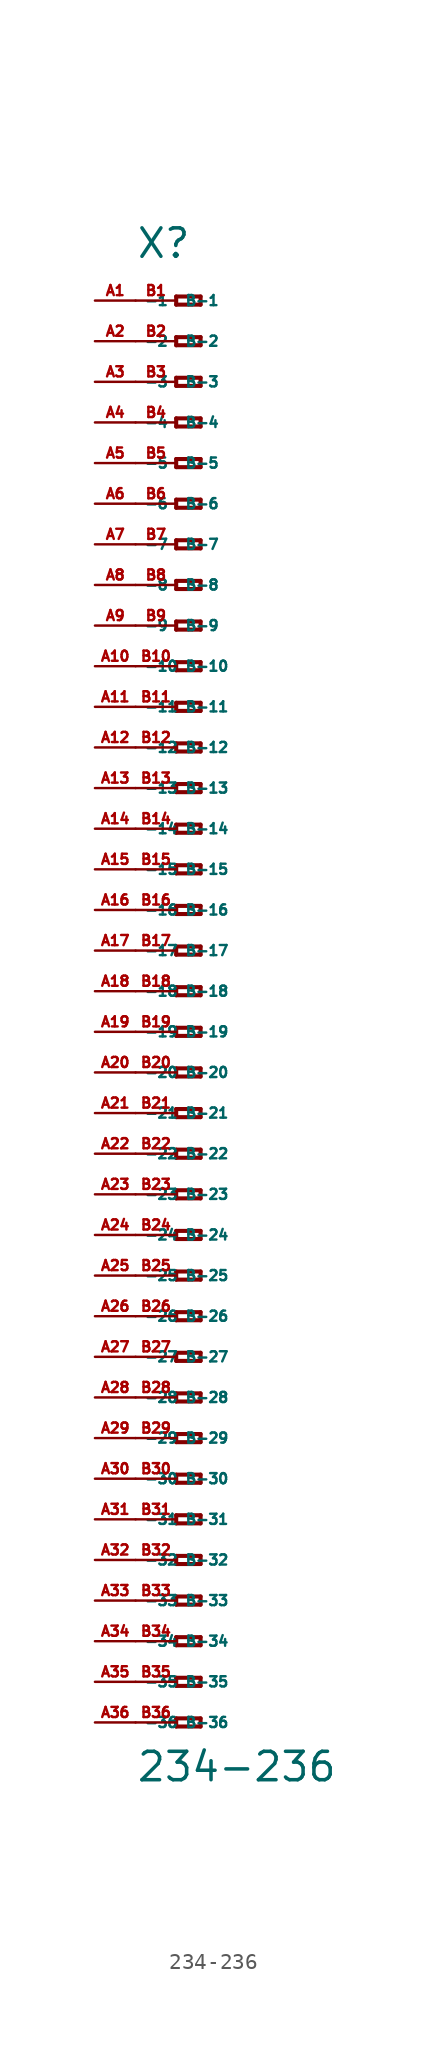
<source format=kicad_sym>
(kicad_symbol_lib
  (version 20220914)
  (generator Eagle2Kicad)
  (symbol "234-236"
    (property "Reference" "X"
      (at -5.08 45.72 0)
      (effects (font (size 1.778 1.778) (thickness 0.22)) (justify left bottom)))
    (property "Value" "234-236"
      (at -5.08 -49.53 0)
      (effects (font (size 1.778 1.778) (thickness 0.22)) (justify left bottom)))
    (polyline
      (pts (xy -2.54 43.434) (xy -2.54 42.926))
      (stroke (width 0.254) (type default))
      (fill (type none)))
    (polyline
      (pts (xy -2.54 42.926) (xy -1.016 42.926))
      (stroke (width 0.254) (type default))
      (fill (type none)))
    (polyline
      (pts (xy -1.016 42.926) (xy -1.016 43.434))
      (stroke (width 0.254) (type default))
      (fill (type none)))
    (polyline
      (pts (xy -1.016 43.434) (xy -2.54 43.434))
      (stroke (width 0.254) (type default))
      (fill (type none)))
    (polyline
      (pts (xy -2.54 40.894) (xy -2.54 40.386))
      (stroke (width 0.254) (type default))
      (fill (type none)))
    (polyline
      (pts (xy -2.54 40.386) (xy -1.016 40.386))
      (stroke (width 0.254) (type default))
      (fill (type none)))
    (polyline
      (pts (xy -1.016 40.386) (xy -1.016 40.894))
      (stroke (width 0.254) (type default))
      (fill (type none)))
    (polyline
      (pts (xy -1.016 40.894) (xy -2.54 40.894))
      (stroke (width 0.254) (type default))
      (fill (type none)))
    (polyline
      (pts (xy -2.54 38.354) (xy -2.54 37.846))
      (stroke (width 0.254) (type default))
      (fill (type none)))
    (polyline
      (pts (xy -2.54 37.846) (xy -1.016 37.846))
      (stroke (width 0.254) (type default))
      (fill (type none)))
    (polyline
      (pts (xy -1.016 37.846) (xy -1.016 38.354))
      (stroke (width 0.254) (type default))
      (fill (type none)))
    (polyline
      (pts (xy -1.016 38.354) (xy -2.54 38.354))
      (stroke (width 0.254) (type default))
      (fill (type none)))
    (polyline
      (pts (xy -2.54 35.814) (xy -2.54 35.306))
      (stroke (width 0.254) (type default))
      (fill (type none)))
    (polyline
      (pts (xy -2.54 35.306) (xy -1.016 35.306))
      (stroke (width 0.254) (type default))
      (fill (type none)))
    (polyline
      (pts (xy -1.016 35.306) (xy -1.016 35.814))
      (stroke (width 0.254) (type default))
      (fill (type none)))
    (polyline
      (pts (xy -1.016 35.814) (xy -2.54 35.814))
      (stroke (width 0.254) (type default))
      (fill (type none)))
    (polyline
      (pts (xy -2.54 33.274) (xy -2.54 32.766))
      (stroke (width 0.254) (type default))
      (fill (type none)))
    (polyline
      (pts (xy -2.54 32.766) (xy -1.016 32.766))
      (stroke (width 0.254) (type default))
      (fill (type none)))
    (polyline
      (pts (xy -1.016 32.766) (xy -1.016 33.274))
      (stroke (width 0.254) (type default))
      (fill (type none)))
    (polyline
      (pts (xy -1.016 33.274) (xy -2.54 33.274))
      (stroke (width 0.254) (type default))
      (fill (type none)))
    (polyline
      (pts (xy -2.54 30.734) (xy -2.54 30.226))
      (stroke (width 0.254) (type default))
      (fill (type none)))
    (polyline
      (pts (xy -2.54 30.226) (xy -1.016 30.226))
      (stroke (width 0.254) (type default))
      (fill (type none)))
    (polyline
      (pts (xy -1.016 30.226) (xy -1.016 30.734))
      (stroke (width 0.254) (type default))
      (fill (type none)))
    (polyline
      (pts (xy -1.016 30.734) (xy -2.54 30.734))
      (stroke (width 0.254) (type default))
      (fill (type none)))
    (polyline
      (pts (xy -2.54 28.194) (xy -2.54 27.686))
      (stroke (width 0.254) (type default))
      (fill (type none)))
    (polyline
      (pts (xy -2.54 27.686) (xy -1.016 27.686))
      (stroke (width 0.254) (type default))
      (fill (type none)))
    (polyline
      (pts (xy -1.016 27.686) (xy -1.016 28.194))
      (stroke (width 0.254) (type default))
      (fill (type none)))
    (polyline
      (pts (xy -1.016 28.194) (xy -2.54 28.194))
      (stroke (width 0.254) (type default))
      (fill (type none)))
    (polyline
      (pts (xy -2.54 25.654) (xy -2.54 25.146))
      (stroke (width 0.254) (type default))
      (fill (type none)))
    (polyline
      (pts (xy -2.54 25.146) (xy -1.016 25.146))
      (stroke (width 0.254) (type default))
      (fill (type none)))
    (polyline
      (pts (xy -1.016 25.146) (xy -1.016 25.654))
      (stroke (width 0.254) (type default))
      (fill (type none)))
    (polyline
      (pts (xy -1.016 25.654) (xy -2.54 25.654))
      (stroke (width 0.254) (type default))
      (fill (type none)))
    (polyline
      (pts (xy -2.54 23.114) (xy -2.54 22.606))
      (stroke (width 0.254) (type default))
      (fill (type none)))
    (polyline
      (pts (xy -2.54 22.606) (xy -1.016 22.606))
      (stroke (width 0.254) (type default))
      (fill (type none)))
    (polyline
      (pts (xy -1.016 22.606) (xy -1.016 23.114))
      (stroke (width 0.254) (type default))
      (fill (type none)))
    (polyline
      (pts (xy -1.016 23.114) (xy -2.54 23.114))
      (stroke (width 0.254) (type default))
      (fill (type none)))
    (polyline
      (pts (xy -2.54 20.574) (xy -2.54 20.066))
      (stroke (width 0.254) (type default))
      (fill (type none)))
    (polyline
      (pts (xy -2.54 20.066) (xy -1.016 20.066))
      (stroke (width 0.254) (type default))
      (fill (type none)))
    (polyline
      (pts (xy -1.016 20.066) (xy -1.016 20.574))
      (stroke (width 0.254) (type default))
      (fill (type none)))
    (polyline
      (pts (xy -1.016 20.574) (xy -2.54 20.574))
      (stroke (width 0.254) (type default))
      (fill (type none)))
    (polyline
      (pts (xy -2.54 18.034) (xy -2.54 17.526))
      (stroke (width 0.254) (type default))
      (fill (type none)))
    (polyline
      (pts (xy -2.54 17.526) (xy -1.016 17.526))
      (stroke (width 0.254) (type default))
      (fill (type none)))
    (polyline
      (pts (xy -1.016 17.526) (xy -1.016 18.034))
      (stroke (width 0.254) (type default))
      (fill (type none)))
    (polyline
      (pts (xy -1.016 18.034) (xy -2.54 18.034))
      (stroke (width 0.254) (type default))
      (fill (type none)))
    (polyline
      (pts (xy -2.54 15.494) (xy -2.54 14.986))
      (stroke (width 0.254) (type default))
      (fill (type none)))
    (polyline
      (pts (xy -2.54 14.986) (xy -1.016 14.986))
      (stroke (width 0.254) (type default))
      (fill (type none)))
    (polyline
      (pts (xy -1.016 14.986) (xy -1.016 15.494))
      (stroke (width 0.254) (type default))
      (fill (type none)))
    (polyline
      (pts (xy -1.016 15.494) (xy -2.54 15.494))
      (stroke (width 0.254) (type default))
      (fill (type none)))
    (polyline
      (pts (xy -2.54 12.954) (xy -2.54 12.446))
      (stroke (width 0.254) (type default))
      (fill (type none)))
    (polyline
      (pts (xy -2.54 12.446) (xy -1.016 12.446))
      (stroke (width 0.254) (type default))
      (fill (type none)))
    (polyline
      (pts (xy -1.016 12.446) (xy -1.016 12.954))
      (stroke (width 0.254) (type default))
      (fill (type none)))
    (polyline
      (pts (xy -1.016 12.954) (xy -2.54 12.954))
      (stroke (width 0.254) (type default))
      (fill (type none)))
    (polyline
      (pts (xy -2.54 10.414) (xy -2.54 9.906))
      (stroke (width 0.254) (type default))
      (fill (type none)))
    (polyline
      (pts (xy -2.54 9.906) (xy -1.016 9.906))
      (stroke (width 0.254) (type default))
      (fill (type none)))
    (polyline
      (pts (xy -1.016 9.906) (xy -1.016 10.414))
      (stroke (width 0.254) (type default))
      (fill (type none)))
    (polyline
      (pts (xy -1.016 10.414) (xy -2.54 10.414))
      (stroke (width 0.254) (type default))
      (fill (type none)))
    (polyline
      (pts (xy -2.54 7.874) (xy -2.54 7.366))
      (stroke (width 0.254) (type default))
      (fill (type none)))
    (polyline
      (pts (xy -2.54 7.366) (xy -1.016 7.366))
      (stroke (width 0.254) (type default))
      (fill (type none)))
    (polyline
      (pts (xy -1.016 7.366) (xy -1.016 7.874))
      (stroke (width 0.254) (type default))
      (fill (type none)))
    (polyline
      (pts (xy -1.016 7.874) (xy -2.54 7.874))
      (stroke (width 0.254) (type default))
      (fill (type none)))
    (polyline
      (pts (xy -2.54 5.334) (xy -2.54 4.826))
      (stroke (width 0.254) (type default))
      (fill (type none)))
    (polyline
      (pts (xy -2.54 4.826) (xy -1.016 4.826))
      (stroke (width 0.254) (type default))
      (fill (type none)))
    (polyline
      (pts (xy -1.016 4.826) (xy -1.016 5.334))
      (stroke (width 0.254) (type default))
      (fill (type none)))
    (polyline
      (pts (xy -1.016 5.334) (xy -2.54 5.334))
      (stroke (width 0.254) (type default))
      (fill (type none)))
    (polyline
      (pts (xy -2.54 2.794) (xy -2.54 2.286))
      (stroke (width 0.254) (type default))
      (fill (type none)))
    (polyline
      (pts (xy -2.54 2.286) (xy -1.016 2.286))
      (stroke (width 0.254) (type default))
      (fill (type none)))
    (polyline
      (pts (xy -1.016 2.286) (xy -1.016 2.794))
      (stroke (width 0.254) (type default))
      (fill (type none)))
    (polyline
      (pts (xy -1.016 2.794) (xy -2.54 2.794))
      (stroke (width 0.254) (type default))
      (fill (type none)))
    (polyline
      (pts (xy -2.54 0.254) (xy -2.54 -0.254))
      (stroke (width 0.254) (type default))
      (fill (type none)))
    (polyline
      (pts (xy -2.54 -0.254) (xy -1.016 -0.254))
      (stroke (width 0.254) (type default))
      (fill (type none)))
    (polyline
      (pts (xy -1.016 -0.254) (xy -1.016 0.254))
      (stroke (width 0.254) (type default))
      (fill (type none)))
    (polyline
      (pts (xy -1.016 0.254) (xy -2.54 0.254))
      (stroke (width 0.254) (type default))
      (fill (type none)))
    (polyline
      (pts (xy -2.54 -2.286) (xy -2.54 -2.794))
      (stroke (width 0.254) (type default))
      (fill (type none)))
    (polyline
      (pts (xy -2.54 -2.794) (xy -1.016 -2.794))
      (stroke (width 0.254) (type default))
      (fill (type none)))
    (polyline
      (pts (xy -1.016 -2.794) (xy -1.016 -2.286))
      (stroke (width 0.254) (type default))
      (fill (type none)))
    (polyline
      (pts (xy -1.016 -2.286) (xy -2.54 -2.286))
      (stroke (width 0.254) (type default))
      (fill (type none)))
    (polyline
      (pts (xy -2.54 -4.826) (xy -2.54 -5.334))
      (stroke (width 0.254) (type default))
      (fill (type none)))
    (polyline
      (pts (xy -2.54 -5.334) (xy -1.016 -5.334))
      (stroke (width 0.254) (type default))
      (fill (type none)))
    (polyline
      (pts (xy -1.016 -5.334) (xy -1.016 -4.826))
      (stroke (width 0.254) (type default))
      (fill (type none)))
    (polyline
      (pts (xy -1.016 -4.826) (xy -2.54 -4.826))
      (stroke (width 0.254) (type default))
      (fill (type none)))
    (polyline
      (pts (xy -2.54 -7.366) (xy -2.54 -7.874))
      (stroke (width 0.254) (type default))
      (fill (type none)))
    (polyline
      (pts (xy -2.54 -7.874) (xy -1.016 -7.874))
      (stroke (width 0.254) (type default))
      (fill (type none)))
    (polyline
      (pts (xy -1.016 -7.874) (xy -1.016 -7.366))
      (stroke (width 0.254) (type default))
      (fill (type none)))
    (polyline
      (pts (xy -1.016 -7.366) (xy -2.54 -7.366))
      (stroke (width 0.254) (type default))
      (fill (type none)))
    (polyline
      (pts (xy -2.54 -9.906) (xy -2.54 -10.414))
      (stroke (width 0.254) (type default))
      (fill (type none)))
    (polyline
      (pts (xy -2.54 -10.414) (xy -1.016 -10.414))
      (stroke (width 0.254) (type default))
      (fill (type none)))
    (polyline
      (pts (xy -1.016 -10.414) (xy -1.016 -9.906))
      (stroke (width 0.254) (type default))
      (fill (type none)))
    (polyline
      (pts (xy -1.016 -9.906) (xy -2.54 -9.906))
      (stroke (width 0.254) (type default))
      (fill (type none)))
    (polyline
      (pts (xy -2.54 -12.446) (xy -2.54 -12.954))
      (stroke (width 0.254) (type default))
      (fill (type none)))
    (polyline
      (pts (xy -2.54 -12.954) (xy -1.016 -12.954))
      (stroke (width 0.254) (type default))
      (fill (type none)))
    (polyline
      (pts (xy -1.016 -12.954) (xy -1.016 -12.446))
      (stroke (width 0.254) (type default))
      (fill (type none)))
    (polyline
      (pts (xy -1.016 -12.446) (xy -2.54 -12.446))
      (stroke (width 0.254) (type default))
      (fill (type none)))
    (polyline
      (pts (xy -2.54 -14.986) (xy -2.54 -15.494))
      (stroke (width 0.254) (type default))
      (fill (type none)))
    (polyline
      (pts (xy -2.54 -15.494) (xy -1.016 -15.494))
      (stroke (width 0.254) (type default))
      (fill (type none)))
    (polyline
      (pts (xy -1.016 -15.494) (xy -1.016 -14.986))
      (stroke (width 0.254) (type default))
      (fill (type none)))
    (polyline
      (pts (xy -1.016 -14.986) (xy -2.54 -14.986))
      (stroke (width 0.254) (type default))
      (fill (type none)))
    (polyline
      (pts (xy -2.54 -17.526) (xy -2.54 -18.034))
      (stroke (width 0.254) (type default))
      (fill (type none)))
    (polyline
      (pts (xy -2.54 -18.034) (xy -1.016 -18.034))
      (stroke (width 0.254) (type default))
      (fill (type none)))
    (polyline
      (pts (xy -1.016 -18.034) (xy -1.016 -17.526))
      (stroke (width 0.254) (type default))
      (fill (type none)))
    (polyline
      (pts (xy -1.016 -17.526) (xy -2.54 -17.526))
      (stroke (width 0.254) (type default))
      (fill (type none)))
    (polyline
      (pts (xy -2.54 -20.066) (xy -2.54 -20.574))
      (stroke (width 0.254) (type default))
      (fill (type none)))
    (polyline
      (pts (xy -2.54 -20.574) (xy -1.016 -20.574))
      (stroke (width 0.254) (type default))
      (fill (type none)))
    (polyline
      (pts (xy -1.016 -20.574) (xy -1.016 -20.066))
      (stroke (width 0.254) (type default))
      (fill (type none)))
    (polyline
      (pts (xy -1.016 -20.066) (xy -2.54 -20.066))
      (stroke (width 0.254) (type default))
      (fill (type none)))
    (polyline
      (pts (xy -2.54 -22.606) (xy -2.54 -23.114))
      (stroke (width 0.254) (type default))
      (fill (type none)))
    (polyline
      (pts (xy -2.54 -23.114) (xy -1.016 -23.114))
      (stroke (width 0.254) (type default))
      (fill (type none)))
    (polyline
      (pts (xy -1.016 -23.114) (xy -1.016 -22.606))
      (stroke (width 0.254) (type default))
      (fill (type none)))
    (polyline
      (pts (xy -1.016 -22.606) (xy -2.54 -22.606))
      (stroke (width 0.254) (type default))
      (fill (type none)))
    (polyline
      (pts (xy -2.54 -25.146) (xy -2.54 -25.654))
      (stroke (width 0.254) (type default))
      (fill (type none)))
    (polyline
      (pts (xy -2.54 -25.654) (xy -1.016 -25.654))
      (stroke (width 0.254) (type default))
      (fill (type none)))
    (polyline
      (pts (xy -1.016 -25.654) (xy -1.016 -25.146))
      (stroke (width 0.254) (type default))
      (fill (type none)))
    (polyline
      (pts (xy -1.016 -25.146) (xy -2.54 -25.146))
      (stroke (width 0.254) (type default))
      (fill (type none)))
    (polyline
      (pts (xy -2.54 -27.686) (xy -2.54 -28.194))
      (stroke (width 0.254) (type default))
      (fill (type none)))
    (polyline
      (pts (xy -2.54 -28.194) (xy -1.016 -28.194))
      (stroke (width 0.254) (type default))
      (fill (type none)))
    (polyline
      (pts (xy -1.016 -28.194) (xy -1.016 -27.686))
      (stroke (width 0.254) (type default))
      (fill (type none)))
    (polyline
      (pts (xy -1.016 -27.686) (xy -2.54 -27.686))
      (stroke (width 0.254) (type default))
      (fill (type none)))
    (polyline
      (pts (xy -2.54 -30.226) (xy -2.54 -30.734))
      (stroke (width 0.254) (type default))
      (fill (type none)))
    (polyline
      (pts (xy -2.54 -30.734) (xy -1.016 -30.734))
      (stroke (width 0.254) (type default))
      (fill (type none)))
    (polyline
      (pts (xy -1.016 -30.734) (xy -1.016 -30.226))
      (stroke (width 0.254) (type default))
      (fill (type none)))
    (polyline
      (pts (xy -1.016 -30.226) (xy -2.54 -30.226))
      (stroke (width 0.254) (type default))
      (fill (type none)))
    (polyline
      (pts (xy -2.54 -32.766) (xy -2.54 -33.274))
      (stroke (width 0.254) (type default))
      (fill (type none)))
    (polyline
      (pts (xy -2.54 -33.274) (xy -1.016 -33.274))
      (stroke (width 0.254) (type default))
      (fill (type none)))
    (polyline
      (pts (xy -1.016 -33.274) (xy -1.016 -32.766))
      (stroke (width 0.254) (type default))
      (fill (type none)))
    (polyline
      (pts (xy -1.016 -32.766) (xy -2.54 -32.766))
      (stroke (width 0.254) (type default))
      (fill (type none)))
    (polyline
      (pts (xy -2.54 -35.306) (xy -2.54 -35.814))
      (stroke (width 0.254) (type default))
      (fill (type none)))
    (polyline
      (pts (xy -2.54 -35.814) (xy -1.016 -35.814))
      (stroke (width 0.254) (type default))
      (fill (type none)))
    (polyline
      (pts (xy -1.016 -35.814) (xy -1.016 -35.306))
      (stroke (width 0.254) (type default))
      (fill (type none)))
    (polyline
      (pts (xy -1.016 -35.306) (xy -2.54 -35.306))
      (stroke (width 0.254) (type default))
      (fill (type none)))
    (polyline
      (pts (xy -2.54 -37.846) (xy -2.54 -38.354))
      (stroke (width 0.254) (type default))
      (fill (type none)))
    (polyline
      (pts (xy -2.54 -38.354) (xy -1.016 -38.354))
      (stroke (width 0.254) (type default))
      (fill (type none)))
    (polyline
      (pts (xy -1.016 -38.354) (xy -1.016 -37.846))
      (stroke (width 0.254) (type default))
      (fill (type none)))
    (polyline
      (pts (xy -1.016 -37.846) (xy -2.54 -37.846))
      (stroke (width 0.254) (type default))
      (fill (type none)))
    (polyline
      (pts (xy -2.54 -40.386) (xy -2.54 -40.894))
      (stroke (width 0.254) (type default))
      (fill (type none)))
    (polyline
      (pts (xy -2.54 -40.894) (xy -1.016 -40.894))
      (stroke (width 0.254) (type default))
      (fill (type none)))
    (polyline
      (pts (xy -1.016 -40.894) (xy -1.016 -40.386))
      (stroke (width 0.254) (type default))
      (fill (type none)))
    (polyline
      (pts (xy -1.016 -40.386) (xy -2.54 -40.386))
      (stroke (width 0.254) (type default))
      (fill (type none)))
    (polyline
      (pts (xy -2.54 -42.926) (xy -2.54 -43.434))
      (stroke (width 0.254) (type default))
      (fill (type none)))
    (polyline
      (pts (xy -2.54 -43.434) (xy -1.016 -43.434))
      (stroke (width 0.254) (type default))
      (fill (type none)))
    (polyline
      (pts (xy -1.016 -43.434) (xy -1.016 -42.926))
      (stroke (width 0.254) (type default))
      (fill (type none)))
    (polyline
      (pts (xy -1.016 -42.926) (xy -2.54 -42.926))
      (stroke (width 0.254) (type default))
      (fill (type none)))
    (polyline
      (pts (xy -2.54 -45.466) (xy -2.54 -45.974))
      (stroke (width 0.254) (type default))
      (fill (type none)))
    (polyline
      (pts (xy -2.54 -45.974) (xy -1.016 -45.974))
      (stroke (width 0.254) (type default))
      (fill (type none)))
    (polyline
      (pts (xy -1.016 -45.974) (xy -1.016 -45.466))
      (stroke (width 0.254) (type default))
      (fill (type none)))
    (polyline
      (pts (xy -1.016 -45.466) (xy -2.54 -45.466))
      (stroke (width 0.254) (type default))
      (fill (type none)))
    (pin passive line
      (at -7.62 43.18 0)
      (length 2.54)
      (name "-1" (effects (font (size 0.635 0.635) (thickness 0.08)) (justify left bottom)))
      (number "A1" (effects (font (size 0.635 0.635) (thickness 0.08)) (justify left bottom))))
    (pin passive line
      (at -7.62 40.64 0)
      (length 2.54)
      (name "-2" (effects (font (size 0.635 0.635) (thickness 0.08)) (justify left bottom)))
      (number "A2" (effects (font (size 0.635 0.635) (thickness 0.08)) (justify left bottom))))
    (pin passive line
      (at -7.62 38.1 0)
      (length 2.54)
      (name "-3" (effects (font (size 0.635 0.635) (thickness 0.08)) (justify left bottom)))
      (number "A3" (effects (font (size 0.635 0.635) (thickness 0.08)) (justify left bottom))))
    (pin passive line
      (at -7.62 35.56 0)
      (length 2.54)
      (name "-4" (effects (font (size 0.635 0.635) (thickness 0.08)) (justify left bottom)))
      (number "A4" (effects (font (size 0.635 0.635) (thickness 0.08)) (justify left bottom))))
    (pin passive line
      (at -7.62 33.02 0)
      (length 2.54)
      (name "-5" (effects (font (size 0.635 0.635) (thickness 0.08)) (justify left bottom)))
      (number "A5" (effects (font (size 0.635 0.635) (thickness 0.08)) (justify left bottom))))
    (pin passive line
      (at -7.62 30.48 0)
      (length 2.54)
      (name "-6" (effects (font (size 0.635 0.635) (thickness 0.08)) (justify left bottom)))
      (number "A6" (effects (font (size 0.635 0.635) (thickness 0.08)) (justify left bottom))))
    (pin passive line
      (at -7.62 27.94 0)
      (length 2.54)
      (name "-7" (effects (font (size 0.635 0.635) (thickness 0.08)) (justify left bottom)))
      (number "A7" (effects (font (size 0.635 0.635) (thickness 0.08)) (justify left bottom))))
    (pin passive line
      (at -7.62 25.4 0)
      (length 2.54)
      (name "-8" (effects (font (size 0.635 0.635) (thickness 0.08)) (justify left bottom)))
      (number "A8" (effects (font (size 0.635 0.635) (thickness 0.08)) (justify left bottom))))
    (pin passive line
      (at -7.62 22.86 0)
      (length 2.54)
      (name "-9" (effects (font (size 0.635 0.635) (thickness 0.08)) (justify left bottom)))
      (number "A9" (effects (font (size 0.635 0.635) (thickness 0.08)) (justify left bottom))))
    (pin passive line
      (at -7.62 20.32 0)
      (length 2.54)
      (name "-10" (effects (font (size 0.635 0.635) (thickness 0.08)) (justify left bottom)))
      (number "A10" (effects (font (size 0.635 0.635) (thickness 0.08)) (justify left bottom))))
    (pin passive line
      (at -7.62 17.78 0)
      (length 2.54)
      (name "-11" (effects (font (size 0.635 0.635) (thickness 0.08)) (justify left bottom)))
      (number "A11" (effects (font (size 0.635 0.635) (thickness 0.08)) (justify left bottom))))
    (pin passive line
      (at -7.62 15.24 0)
      (length 2.54)
      (name "-12" (effects (font (size 0.635 0.635) (thickness 0.08)) (justify left bottom)))
      (number "A12" (effects (font (size 0.635 0.635) (thickness 0.08)) (justify left bottom))))
    (pin passive line
      (at -7.62 12.7 0)
      (length 2.54)
      (name "-13" (effects (font (size 0.635 0.635) (thickness 0.08)) (justify left bottom)))
      (number "A13" (effects (font (size 0.635 0.635) (thickness 0.08)) (justify left bottom))))
    (pin passive line
      (at -7.62 10.16 0)
      (length 2.54)
      (name "-14" (effects (font (size 0.635 0.635) (thickness 0.08)) (justify left bottom)))
      (number "A14" (effects (font (size 0.635 0.635) (thickness 0.08)) (justify left bottom))))
    (pin passive line
      (at -7.62 7.62 0)
      (length 2.54)
      (name "-15" (effects (font (size 0.635 0.635) (thickness 0.08)) (justify left bottom)))
      (number "A15" (effects (font (size 0.635 0.635) (thickness 0.08)) (justify left bottom))))
    (pin passive line
      (at -7.62 5.08 0)
      (length 2.54)
      (name "-16" (effects (font (size 0.635 0.635) (thickness 0.08)) (justify left bottom)))
      (number "A16" (effects (font (size 0.635 0.635) (thickness 0.08)) (justify left bottom))))
    (pin passive line
      (at -7.62 2.54 0)
      (length 2.54)
      (name "-17" (effects (font (size 0.635 0.635) (thickness 0.08)) (justify left bottom)))
      (number "A17" (effects (font (size 0.635 0.635) (thickness 0.08)) (justify left bottom))))
    (pin passive line
      (at -7.62 0 0)
      (length 2.54)
      (name "-18" (effects (font (size 0.635 0.635) (thickness 0.08)) (justify left bottom)))
      (number "A18" (effects (font (size 0.635 0.635) (thickness 0.08)) (justify left bottom))))
    (pin passive line
      (at -7.62 -2.54 0)
      (length 2.54)
      (name "-19" (effects (font (size 0.635 0.635) (thickness 0.08)) (justify left bottom)))
      (number "A19" (effects (font (size 0.635 0.635) (thickness 0.08)) (justify left bottom))))
    (pin passive line
      (at -7.62 -5.08 0)
      (length 2.54)
      (name "-20" (effects (font (size 0.635 0.635) (thickness 0.08)) (justify left bottom)))
      (number "A20" (effects (font (size 0.635 0.635) (thickness 0.08)) (justify left bottom))))
    (pin passive line
      (at -7.62 -7.62 0)
      (length 2.54)
      (name "-21" (effects (font (size 0.635 0.635) (thickness 0.08)) (justify left bottom)))
      (number "A21" (effects (font (size 0.635 0.635) (thickness 0.08)) (justify left bottom))))
    (pin passive line
      (at -7.62 -10.16 0)
      (length 2.54)
      (name "-22" (effects (font (size 0.635 0.635) (thickness 0.08)) (justify left bottom)))
      (number "A22" (effects (font (size 0.635 0.635) (thickness 0.08)) (justify left bottom))))
    (pin passive line
      (at -7.62 -12.7 0)
      (length 2.54)
      (name "-23" (effects (font (size 0.635 0.635) (thickness 0.08)) (justify left bottom)))
      (number "A23" (effects (font (size 0.635 0.635) (thickness 0.08)) (justify left bottom))))
    (pin passive line
      (at -7.62 -15.24 0)
      (length 2.54)
      (name "-24" (effects (font (size 0.635 0.635) (thickness 0.08)) (justify left bottom)))
      (number "A24" (effects (font (size 0.635 0.635) (thickness 0.08)) (justify left bottom))))
    (pin passive line
      (at -7.62 -17.78 0)
      (length 2.54)
      (name "-25" (effects (font (size 0.635 0.635) (thickness 0.08)) (justify left bottom)))
      (number "A25" (effects (font (size 0.635 0.635) (thickness 0.08)) (justify left bottom))))
    (pin passive line
      (at -7.62 -20.32 0)
      (length 2.54)
      (name "-26" (effects (font (size 0.635 0.635) (thickness 0.08)) (justify left bottom)))
      (number "A26" (effects (font (size 0.635 0.635) (thickness 0.08)) (justify left bottom))))
    (pin passive line
      (at -7.62 -22.86 0)
      (length 2.54)
      (name "-27" (effects (font (size 0.635 0.635) (thickness 0.08)) (justify left bottom)))
      (number "A27" (effects (font (size 0.635 0.635) (thickness 0.08)) (justify left bottom))))
    (pin passive line
      (at -7.62 -25.4 0)
      (length 2.54)
      (name "-28" (effects (font (size 0.635 0.635) (thickness 0.08)) (justify left bottom)))
      (number "A28" (effects (font (size 0.635 0.635) (thickness 0.08)) (justify left bottom))))
    (pin passive line
      (at -7.62 -27.94 0)
      (length 2.54)
      (name "-29" (effects (font (size 0.635 0.635) (thickness 0.08)) (justify left bottom)))
      (number "A29" (effects (font (size 0.635 0.635) (thickness 0.08)) (justify left bottom))))
    (pin passive line
      (at -7.62 -30.48 0)
      (length 2.54)
      (name "-30" (effects (font (size 0.635 0.635) (thickness 0.08)) (justify left bottom)))
      (number "A30" (effects (font (size 0.635 0.635) (thickness 0.08)) (justify left bottom))))
    (pin passive line
      (at -7.62 -33.02 0)
      (length 2.54)
      (name "-31" (effects (font (size 0.635 0.635) (thickness 0.08)) (justify left bottom)))
      (number "A31" (effects (font (size 0.635 0.635) (thickness 0.08)) (justify left bottom))))
    (pin passive line
      (at -7.62 -35.56 0)
      (length 2.54)
      (name "-32" (effects (font (size 0.635 0.635) (thickness 0.08)) (justify left bottom)))
      (number "A32" (effects (font (size 0.635 0.635) (thickness 0.08)) (justify left bottom))))
    (pin passive line
      (at -7.62 -38.1 0)
      (length 2.54)
      (name "-33" (effects (font (size 0.635 0.635) (thickness 0.08)) (justify left bottom)))
      (number "A33" (effects (font (size 0.635 0.635) (thickness 0.08)) (justify left bottom))))
    (pin passive line
      (at -7.62 -40.64 0)
      (length 2.54)
      (name "-34" (effects (font (size 0.635 0.635) (thickness 0.08)) (justify left bottom)))
      (number "A34" (effects (font (size 0.635 0.635) (thickness 0.08)) (justify left bottom))))
    (pin passive line
      (at -7.62 -43.18 0)
      (length 2.54)
      (name "-35" (effects (font (size 0.635 0.635) (thickness 0.08)) (justify left bottom)))
      (number "A35" (effects (font (size 0.635 0.635) (thickness 0.08)) (justify left bottom))))
    (pin passive line
      (at -7.62 -45.72 0)
      (length 2.54)
      (name "-36" (effects (font (size 0.635 0.635) (thickness 0.08)) (justify left bottom)))
      (number "A36" (effects (font (size 0.635 0.635) (thickness 0.08)) (justify left bottom))))
    (pin passive line
      (at -5.08 -45.72 0)
      (length 2.54)
      (name "B-36" (effects (font (size 0.635 0.635) (thickness 0.08)) (justify left bottom)))
      (number "B36" (effects (font (size 0.635 0.635) (thickness 0.08)) (justify left bottom))))
    (pin passive line
      (at -5.08 43.18 0)
      (length 2.54)
      (name "B-1" (effects (font (size 0.635 0.635) (thickness 0.08)) (justify left bottom)))
      (number "B1" (effects (font (size 0.635 0.635) (thickness 0.08)) (justify left bottom))))
    (pin passive line
      (at -5.08 40.64 0)
      (length 2.54)
      (name "B-2" (effects (font (size 0.635 0.635) (thickness 0.08)) (justify left bottom)))
      (number "B2" (effects (font (size 0.635 0.635) (thickness 0.08)) (justify left bottom))))
    (pin passive line
      (at -5.08 38.1 0)
      (length 2.54)
      (name "B-3" (effects (font (size 0.635 0.635) (thickness 0.08)) (justify left bottom)))
      (number "B3" (effects (font (size 0.635 0.635) (thickness 0.08)) (justify left bottom))))
    (pin passive line
      (at -5.08 35.56 0)
      (length 2.54)
      (name "B-4" (effects (font (size 0.635 0.635) (thickness 0.08)) (justify left bottom)))
      (number "B4" (effects (font (size 0.635 0.635) (thickness 0.08)) (justify left bottom))))
    (pin passive line
      (at -5.08 33.02 0)
      (length 2.54)
      (name "B-5" (effects (font (size 0.635 0.635) (thickness 0.08)) (justify left bottom)))
      (number "B5" (effects (font (size 0.635 0.635) (thickness 0.08)) (justify left bottom))))
    (pin passive line
      (at -5.08 30.48 0)
      (length 2.54)
      (name "B-6" (effects (font (size 0.635 0.635) (thickness 0.08)) (justify left bottom)))
      (number "B6" (effects (font (size 0.635 0.635) (thickness 0.08)) (justify left bottom))))
    (pin passive line
      (at -5.08 27.94 0)
      (length 2.54)
      (name "B-7" (effects (font (size 0.635 0.635) (thickness 0.08)) (justify left bottom)))
      (number "B7" (effects (font (size 0.635 0.635) (thickness 0.08)) (justify left bottom))))
    (pin passive line
      (at -5.08 25.4 0)
      (length 2.54)
      (name "B-8" (effects (font (size 0.635 0.635) (thickness 0.08)) (justify left bottom)))
      (number "B8" (effects (font (size 0.635 0.635) (thickness 0.08)) (justify left bottom))))
    (pin passive line
      (at -5.08 22.86 0)
      (length 2.54)
      (name "B-9" (effects (font (size 0.635 0.635) (thickness 0.08)) (justify left bottom)))
      (number "B9" (effects (font (size 0.635 0.635) (thickness 0.08)) (justify left bottom))))
    (pin passive line
      (at -5.08 20.32 0)
      (length 2.54)
      (name "B-10" (effects (font (size 0.635 0.635) (thickness 0.08)) (justify left bottom)))
      (number "B10" (effects (font (size 0.635 0.635) (thickness 0.08)) (justify left bottom))))
    (pin passive line
      (at -5.08 17.78 0)
      (length 2.54)
      (name "B-11" (effects (font (size 0.635 0.635) (thickness 0.08)) (justify left bottom)))
      (number "B11" (effects (font (size 0.635 0.635) (thickness 0.08)) (justify left bottom))))
    (pin passive line
      (at -5.08 15.24 0)
      (length 2.54)
      (name "B-12" (effects (font (size 0.635 0.635) (thickness 0.08)) (justify left bottom)))
      (number "B12" (effects (font (size 0.635 0.635) (thickness 0.08)) (justify left bottom))))
    (pin passive line
      (at -5.08 12.7 0)
      (length 2.54)
      (name "B-13" (effects (font (size 0.635 0.635) (thickness 0.08)) (justify left bottom)))
      (number "B13" (effects (font (size 0.635 0.635) (thickness 0.08)) (justify left bottom))))
    (pin passive line
      (at -5.08 10.16 0)
      (length 2.54)
      (name "B-14" (effects (font (size 0.635 0.635) (thickness 0.08)) (justify left bottom)))
      (number "B14" (effects (font (size 0.635 0.635) (thickness 0.08)) (justify left bottom))))
    (pin passive line
      (at -5.08 7.62 0)
      (length 2.54)
      (name "B-15" (effects (font (size 0.635 0.635) (thickness 0.08)) (justify left bottom)))
      (number "B15" (effects (font (size 0.635 0.635) (thickness 0.08)) (justify left bottom))))
    (pin passive line
      (at -5.08 5.08 0)
      (length 2.54)
      (name "B-16" (effects (font (size 0.635 0.635) (thickness 0.08)) (justify left bottom)))
      (number "B16" (effects (font (size 0.635 0.635) (thickness 0.08)) (justify left bottom))))
    (pin passive line
      (at -5.08 2.54 0)
      (length 2.54)
      (name "B-17" (effects (font (size 0.635 0.635) (thickness 0.08)) (justify left bottom)))
      (number "B17" (effects (font (size 0.635 0.635) (thickness 0.08)) (justify left bottom))))
    (pin passive line
      (at -5.08 0 0)
      (length 2.54)
      (name "B-18" (effects (font (size 0.635 0.635) (thickness 0.08)) (justify left bottom)))
      (number "B18" (effects (font (size 0.635 0.635) (thickness 0.08)) (justify left bottom))))
    (pin passive line
      (at -5.08 -2.54 0)
      (length 2.54)
      (name "B-19" (effects (font (size 0.635 0.635) (thickness 0.08)) (justify left bottom)))
      (number "B19" (effects (font (size 0.635 0.635) (thickness 0.08)) (justify left bottom))))
    (pin passive line
      (at -5.08 -5.08 0)
      (length 2.54)
      (name "B-20" (effects (font (size 0.635 0.635) (thickness 0.08)) (justify left bottom)))
      (number "B20" (effects (font (size 0.635 0.635) (thickness 0.08)) (justify left bottom))))
    (pin passive line
      (at -5.08 -7.62 0)
      (length 2.54)
      (name "B-21" (effects (font (size 0.635 0.635) (thickness 0.08)) (justify left bottom)))
      (number "B21" (effects (font (size 0.635 0.635) (thickness 0.08)) (justify left bottom))))
    (pin passive line
      (at -5.08 -10.16 0)
      (length 2.54)
      (name "B-22" (effects (font (size 0.635 0.635) (thickness 0.08)) (justify left bottom)))
      (number "B22" (effects (font (size 0.635 0.635) (thickness 0.08)) (justify left bottom))))
    (pin passive line
      (at -5.08 -12.7 0)
      (length 2.54)
      (name "B-23" (effects (font (size 0.635 0.635) (thickness 0.08)) (justify left bottom)))
      (number "B23" (effects (font (size 0.635 0.635) (thickness 0.08)) (justify left bottom))))
    (pin passive line
      (at -5.08 -15.24 0)
      (length 2.54)
      (name "B-24" (effects (font (size 0.635 0.635) (thickness 0.08)) (justify left bottom)))
      (number "B24" (effects (font (size 0.635 0.635) (thickness 0.08)) (justify left bottom))))
    (pin passive line
      (at -5.08 -17.78 0)
      (length 2.54)
      (name "B-25" (effects (font (size 0.635 0.635) (thickness 0.08)) (justify left bottom)))
      (number "B25" (effects (font (size 0.635 0.635) (thickness 0.08)) (justify left bottom))))
    (pin passive line
      (at -5.08 -20.32 0)
      (length 2.54)
      (name "B-26" (effects (font (size 0.635 0.635) (thickness 0.08)) (justify left bottom)))
      (number "B26" (effects (font (size 0.635 0.635) (thickness 0.08)) (justify left bottom))))
    (pin passive line
      (at -5.08 -22.86 0)
      (length 2.54)
      (name "B-27" (effects (font (size 0.635 0.635) (thickness 0.08)) (justify left bottom)))
      (number "B27" (effects (font (size 0.635 0.635) (thickness 0.08)) (justify left bottom))))
    (pin passive line
      (at -5.08 -25.4 0)
      (length 2.54)
      (name "B-28" (effects (font (size 0.635 0.635) (thickness 0.08)) (justify left bottom)))
      (number "B28" (effects (font (size 0.635 0.635) (thickness 0.08)) (justify left bottom))))
    (pin passive line
      (at -5.08 -27.94 0)
      (length 2.54)
      (name "B-29" (effects (font (size 0.635 0.635) (thickness 0.08)) (justify left bottom)))
      (number "B29" (effects (font (size 0.635 0.635) (thickness 0.08)) (justify left bottom))))
    (pin passive line
      (at -5.08 -30.48 0)
      (length 2.54)
      (name "B-30" (effects (font (size 0.635 0.635) (thickness 0.08)) (justify left bottom)))
      (number "B30" (effects (font (size 0.635 0.635) (thickness 0.08)) (justify left bottom))))
    (pin passive line
      (at -5.08 -33.02 0)
      (length 2.54)
      (name "B-31" (effects (font (size 0.635 0.635) (thickness 0.08)) (justify left bottom)))
      (number "B31" (effects (font (size 0.635 0.635) (thickness 0.08)) (justify left bottom))))
    (pin passive line
      (at -5.08 -35.56 0)
      (length 2.54)
      (name "B-32" (effects (font (size 0.635 0.635) (thickness 0.08)) (justify left bottom)))
      (number "B32" (effects (font (size 0.635 0.635) (thickness 0.08)) (justify left bottom))))
    (pin passive line
      (at -5.08 -38.1 0)
      (length 2.54)
      (name "B-33" (effects (font (size 0.635 0.635) (thickness 0.08)) (justify left bottom)))
      (number "B33" (effects (font (size 0.635 0.635) (thickness 0.08)) (justify left bottom))))
    (pin passive line
      (at -5.08 -40.64 0)
      (length 2.54)
      (name "B-34" (effects (font (size 0.635 0.635) (thickness 0.08)) (justify left bottom)))
      (number "B34" (effects (font (size 0.635 0.635) (thickness 0.08)) (justify left bottom))))
    (pin passive line
      (at -5.08 -43.18 0)
      (length 2.54)
      (name "B-35" (effects (font (size 0.635 0.635) (thickness 0.08)) (justify left bottom)))
      (number "B35" (effects (font (size 0.635 0.635) (thickness 0.08)) (justify left bottom))))))
</source>
